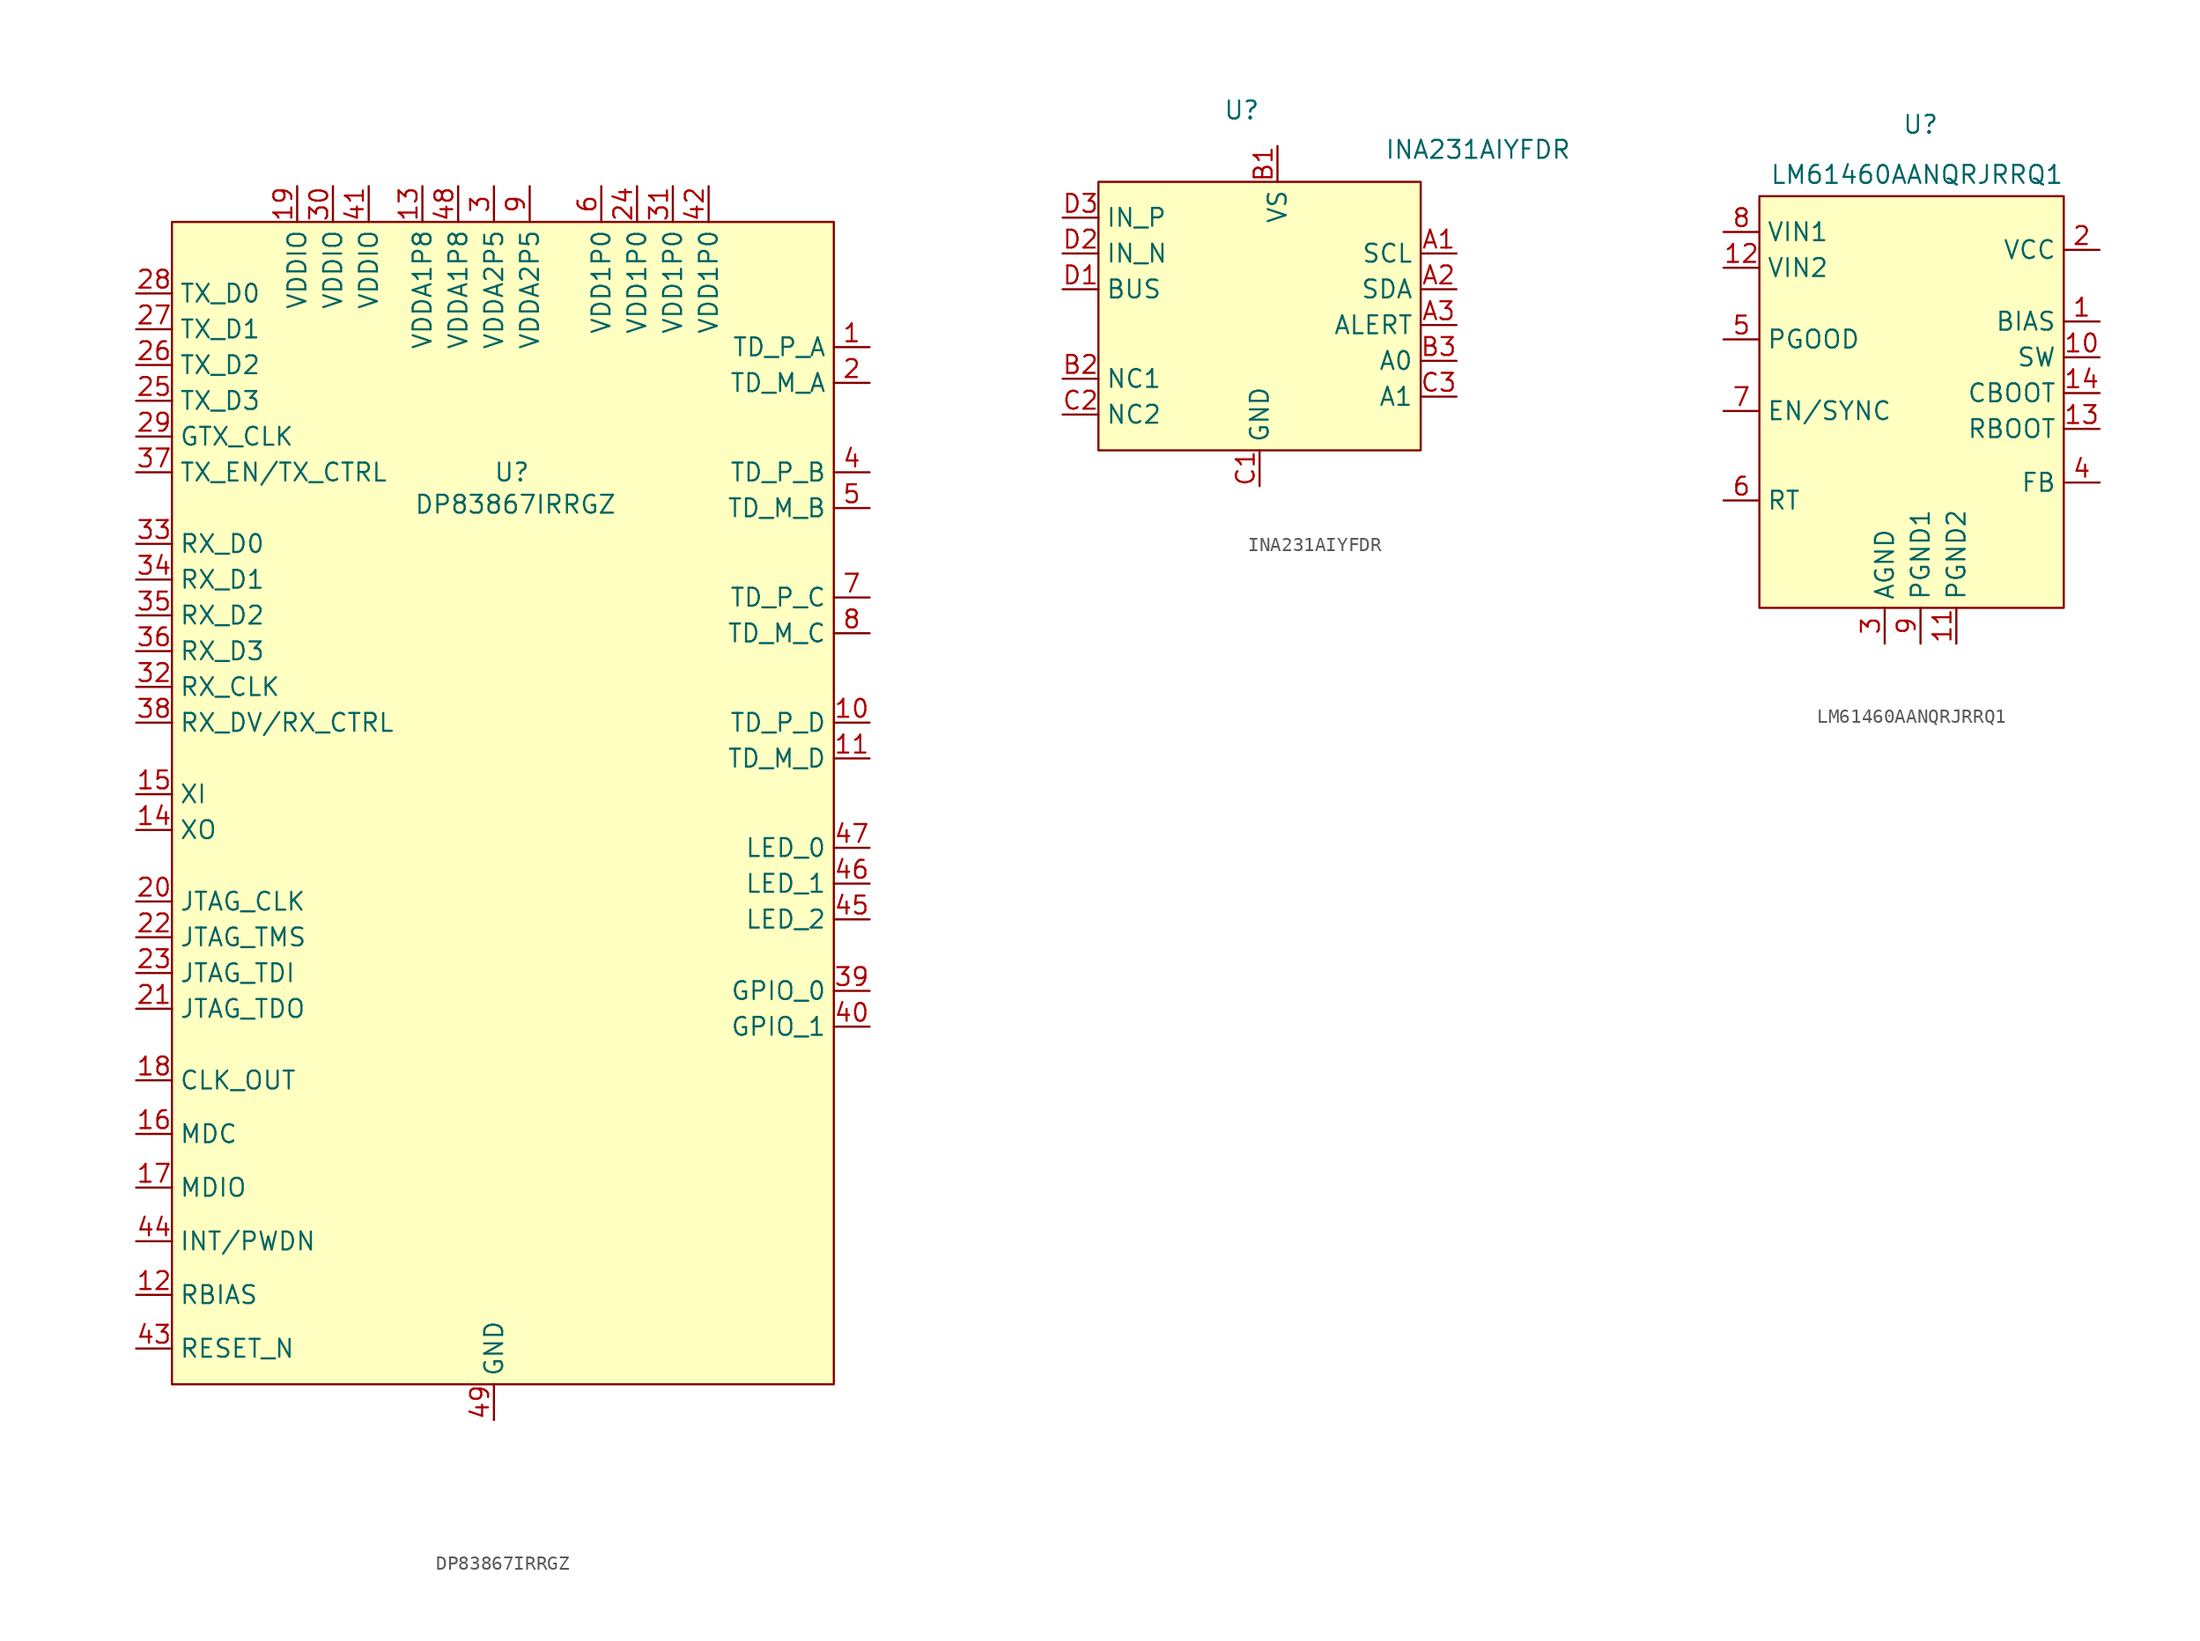
<source format=kicad_sym>
(kicad_symbol_lib
  (version 20241209)
  (generator "kicad_symbol_editor")
  (generator_version "9.0")
  (symbol "DP83867IRRGZ"
    (property "Reference" "U"
      (at 0 0 0)
      (effects (font (size 1.27 1.27))))
    (property "Value" "DP83867IRRGZ"
      (at 0.254 -2.286 0)
      (effects (font (size 1.27 1.27))))
    (symbol "DP83867IRRGZ_0_0"
      (pin passive line (at -26.67 12.7 0) (length 2.54) (name "TX_D0" (effects (font (size 1.27 1.27)))) (number "28" (effects (font (size 1.27 1.27)))))
      (pin passive line (at -26.67 10.16 0) (length 2.54) (name "TX_D1" (effects (font (size 1.27 1.27)))) (number "27" (effects (font (size 1.27 1.27)))))
      (pin passive line (at -26.67 7.62 0) (length 2.54) (name "TX_D2" (effects (font (size 1.27 1.27)))) (number "26" (effects (font (size 1.27 1.27)))))
      (pin passive line (at -26.67 5.08 0) (length 2.54) (name "TX_D3" (effects (font (size 1.27 1.27)))) (number "25" (effects (font (size 1.27 1.27)))))
      (pin passive line (at -26.67 2.54 0) (length 2.54) (name "GTX_CLK" (effects (font (size 1.27 1.27)))) (number "29" (effects (font (size 1.27 1.27)))))
      (pin passive line (at -26.67 0 0) (length 2.54) (name "TX_EN/TX_CTRL" (effects (font (size 1.27 1.27)))) (number "37" (effects (font (size 1.27 1.27)))))
      (pin passive line (at -26.67 -5.08 0) (length 2.54) (name "RX_D0" (effects (font (size 1.27 1.27)))) (number "33" (effects (font (size 1.27 1.27)))))
      (pin passive line (at -26.67 -7.62 0) (length 2.54) (name "RX_D1" (effects (font (size 1.27 1.27)))) (number "34" (effects (font (size 1.27 1.27)))))
      (pin passive line (at -26.67 -10.16 0) (length 2.54) (name "RX_D2" (effects (font (size 1.27 1.27)))) (number "35" (effects (font (size 1.27 1.27)))))
      (pin passive line (at -26.67 -12.7 0) (length 2.54) (name "RX_D3" (effects (font (size 1.27 1.27)))) (number "36" (effects (font (size 1.27 1.27)))))
      (pin passive line (at -26.67 -15.24 0) (length 2.54) (name "RX_CLK" (effects (font (size 1.27 1.27)))) (number "32" (effects (font (size 1.27 1.27)))))
      (pin passive line (at -26.67 -17.78 0) (length 2.54) (name "RX_DV/RX_CTRL" (effects (font (size 1.27 1.27)))) (number "38" (effects (font (size 1.27 1.27)))))
      (pin passive line (at -26.67 -22.86 0) (length 2.54) (name "XI" (effects (font (size 1.27 1.27)))) (number "15" (effects (font (size 1.27 1.27)))))
      (pin passive line (at -26.67 -25.4 0) (length 2.54) (name "XO" (effects (font (size 1.27 1.27)))) (number "14" (effects (font (size 1.27 1.27)))))
      (pin passive line (at -26.67 -30.48 0) (length 2.54) (name "JTAG_CLK" (effects (font (size 1.27 1.27)))) (number "20" (effects (font (size 1.27 1.27)))))
      (pin passive line (at -26.67 -33.02 0) (length 2.54) (name "JTAG_TMS" (effects (font (size 1.27 1.27)))) (number "22" (effects (font (size 1.27 1.27)))))
      (pin passive line (at -26.67 -35.56 0) (length 2.54) (name "JTAG_TDI" (effects (font (size 1.27 1.27)))) (number "23" (effects (font (size 1.27 1.27)))))
      (pin passive line (at -26.67 -38.1 0) (length 2.54) (name "JTAG_TDO" (effects (font (size 1.27 1.27)))) (number "21" (effects (font (size 1.27 1.27)))))
      (pin passive line (at -26.67 -43.18 0) (length 2.54) (name "CLK_OUT" (effects (font (size 1.27 1.27)))) (number "18" (effects (font (size 1.27 1.27)))))
      (pin passive line (at -26.67 -46.99 0) (length 2.54) (name "MDC" (effects (font (size 1.27 1.27)))) (number "16" (effects (font (size 1.27 1.27)))))
      (pin passive line (at -26.67 -50.8 0) (length 2.54) (name "MDIO" (effects (font (size 1.27 1.27)))) (number "17" (effects (font (size 1.27 1.27)))))
      (pin passive line (at -26.67 -54.61 0) (length 2.54) (name "INT/PWDN" (effects (font (size 1.27 1.27)))) (number "44" (effects (font (size 1.27 1.27)))))
      (pin passive line (at -26.67 -58.42 0) (length 2.54) (name "RBIAS" (effects (font (size 1.27 1.27)))) (number "12" (effects (font (size 1.27 1.27)))))
      (pin passive line (at -26.67 -62.23 0) (length 2.54) (name "RESET_N" (effects (font (size 1.27 1.27)))) (number "43" (effects (font (size 1.27 1.27)))))
      (pin passive line (at -15.24 20.32 270) (length 2.54) (name "VDDIO" (effects (font (size 1.27 1.27)))) (number "19" (effects (font (size 1.27 1.27)))))
      (pin passive line (at -12.7 20.32 270) (length 2.54) (name "VDDIO" (effects (font (size 1.27 1.27)))) (number "30" (effects (font (size 1.27 1.27)))))
      (pin passive line (at -10.16 20.32 270) (length 2.54) (name "VDDIO" (effects (font (size 1.27 1.27)))) (number "41" (effects (font (size 1.27 1.27)))))
      (pin passive line (at -6.35 20.32 270) (length 2.54) (name "VDDA1P8" (effects (font (size 1.27 1.27)))) (number "13" (effects (font (size 1.27 1.27)))))
      (pin passive line (at -3.81 20.32 270) (length 2.54) (name "VDDA1P8" (effects (font (size 1.27 1.27)))) (number "48" (effects (font (size 1.27 1.27)))))
      (pin passive line (at -1.27 20.32 270) (length 2.54) (name "VDDA2P5" (effects (font (size 1.27 1.27)))) (number "3" (effects (font (size 1.27 1.27)))))
      (pin passive line (at 1.27 20.32 270) (length 2.54) (name "VDDA2P5" (effects (font (size 1.27 1.27)))) (number "9" (effects (font (size 1.27 1.27)))))
      (pin passive line (at 6.35 20.32 270) (length 2.54) (name "VDD1P0" (effects (font (size 1.27 1.27)))) (number "6" (effects (font (size 1.27 1.27)))))
      (pin passive line (at 8.89 20.32 270) (length 2.54) (name "VDD1P0" (effects (font (size 1.27 1.27)))) (number "24" (effects (font (size 1.27 1.27)))))
      (pin passive line (at 11.43 20.32 270) (length 2.54) (name "VDD1P0" (effects (font (size 1.27 1.27)))) (number "31" (effects (font (size 1.27 1.27)))))
      (pin passive line (at 13.97 20.32 270) (length 2.54) (name "VDD1P0" (effects (font (size 1.27 1.27)))) (number "42" (effects (font (size 1.27 1.27)))))
      (pin passive line (at 25.4 8.89 180) (length 2.54) (name "TD_P_A" (effects (font (size 1.27 1.27)))) (number "1" (effects (font (size 1.27 1.27)))))
      (pin passive line (at 25.4 6.35 180) (length 2.54) (name "TD_M_A" (effects (font (size 1.27 1.27)))) (number "2" (effects (font (size 1.27 1.27)))))
      (pin passive line (at 25.4 0 180) (length 2.54) (name "TD_P_B" (effects (font (size 1.27 1.27)))) (number "4" (effects (font (size 1.27 1.27)))))
      (pin passive line (at 25.4 -2.54 180) (length 2.54) (name "TD_M_B" (effects (font (size 1.27 1.27)))) (number "5" (effects (font (size 1.27 1.27)))))
      (pin passive line (at 25.4 -8.89 180) (length 2.54) (name "TD_P_C" (effects (font (size 1.27 1.27)))) (number "7" (effects (font (size 1.27 1.27)))))
      (pin passive line (at 25.4 -11.43 180) (length 2.54) (name "TD_M_C" (effects (font (size 1.27 1.27)))) (number "8" (effects (font (size 1.27 1.27)))))
      (pin passive line (at 25.4 -17.78 180) (length 2.54) (name "TD_P_D" (effects (font (size 1.27 1.27)))) (number "10" (effects (font (size 1.27 1.27)))))
      (pin passive line (at 25.4 -20.32 180) (length 2.54) (name "TD_M_D" (effects (font (size 1.27 1.27)))) (number "11" (effects (font (size 1.27 1.27)))))
      (pin passive line (at 25.4 -26.67 180) (length 2.54) (name "LED_0" (effects (font (size 1.27 1.27)))) (number "47" (effects (font (size 1.27 1.27)))))
      (pin passive line (at 25.4 -29.21 180) (length 2.54) (name "LED_1" (effects (font (size 1.27 1.27)))) (number "46" (effects (font (size 1.27 1.27)))))
      (pin passive line (at 25.4 -31.75 180) (length 2.54) (name "LED_2" (effects (font (size 1.27 1.27)))) (number "45" (effects (font (size 1.27 1.27)))))
      (pin passive line (at 25.4 -36.83 180) (length 2.54) (name "GPIO_0" (effects (font (size 1.27 1.27)))) (number "39" (effects (font (size 1.27 1.27)))))
      (pin passive line (at 25.4 -39.37 180) (length 2.54) (name "GPIO_1" (effects (font (size 1.27 1.27)))) (number "40" (effects (font (size 1.27 1.27))))))
    (symbol "DP83867IRRGZ_1_1"
      (rectangle (start -24.13 17.78) (end 22.86 -64.77) (stroke (width 0) (type solid)) (fill (type background)))
      (pin input line (at -1.27 -67.31 90) (length 2.54) (name "GND" (effects (font (size 1.27 1.27)))) (number "49" (effects (font (size 1.27 1.27)))))))
  (symbol "INA231AIYFDR"
    (property "Reference" "U"
      (at 0 0 0)
      (effects (font (size 1.27 1.27))))
    (property "Value" "INA231AIYFDR"
      (at 16.764 -2.794 0)
      (effects (font (size 1.27 1.27))))
    (symbol "INA231AIYFDR_0_0"
      (pin passive line (at -12.7 -7.62 0) (length 2.54) (name "IN_P" (effects (font (size 1.27 1.27)))) (number "D3" (effects (font (size 1.27 1.27)))))
      (pin passive line (at -12.7 -10.16 0) (length 2.54) (name "IN_N" (effects (font (size 1.27 1.27)))) (number "D2" (effects (font (size 1.27 1.27)))))
      (pin passive line (at -12.7 -12.7 0) (length 2.54) (name "BUS" (effects (font (size 1.27 1.27)))) (number "D1" (effects (font (size 1.27 1.27)))))
      (pin passive line (at -12.7 -19.05 0) (length 2.54) (name "NC1" (effects (font (size 1.27 1.27)))) (number "B2" (effects (font (size 1.27 1.27)))))
      (pin passive line (at -12.7 -21.59 0) (length 2.54) (name "NC2" (effects (font (size 1.27 1.27)))) (number "C2" (effects (font (size 1.27 1.27)))))
      (pin passive line (at 1.27 -26.67 90) (length 2.54) (name "GND" (effects (font (size 1.27 1.27)))) (number "C1" (effects (font (size 1.27 1.27)))))
      (pin passive line (at 2.54 -2.54 270) (length 2.54) (name "VS" (effects (font (size 1.27 1.27)))) (number "B1" (effects (font (size 1.27 1.27)))))
      (pin passive line (at 15.24 -10.16 180) (length 2.54) (name "SCL" (effects (font (size 1.27 1.27)))) (number "A1" (effects (font (size 1.27 1.27)))))
      (pin passive line (at 15.24 -12.7 180) (length 2.54) (name "SDA" (effects (font (size 1.27 1.27)))) (number "A2" (effects (font (size 1.27 1.27)))))
      (pin passive line (at 15.24 -15.24 180) (length 2.54) (name "ALERT" (effects (font (size 1.27 1.27)))) (number "A3" (effects (font (size 1.27 1.27)))))
      (pin passive line (at 15.24 -17.78 180) (length 2.54) (name "A0" (effects (font (size 1.27 1.27)))) (number "B3" (effects (font (size 1.27 1.27)))))
      (pin passive line (at 15.24 -20.32 180) (length 2.54) (name "A1" (effects (font (size 1.27 1.27)))) (number "C3" (effects (font (size 1.27 1.27))))))
    (symbol "INA231AIYFDR_1_1"
      (rectangle (start -10.16 -5.08) (end 12.7 -24.13) (stroke (width 0) (type solid)) (fill (type background)))))
  (symbol "LM61460AANQRJRRQ1"
    (property "Reference" "U"
      (at 0 0 0)
      (effects (font (size 1.27 1.27))))
    (property "Value" "LM61460AANQRJRRQ1"
      (at -0.254 -3.556 0)
      (effects (font (size 1.27 1.27))))
    (symbol "LM61460AANQRJRRQ1_0_0"
      (pin passive line (at -13.97 -7.62 0) (length 2.54) (name "VIN1" (effects (font (size 1.27 1.27)))) (number "8" (effects (font (size 1.27 1.27)))))
      (pin passive line (at -13.97 -10.16 0) (length 2.54) (name "VIN2" (effects (font (size 1.27 1.27)))) (number "12" (effects (font (size 1.27 1.27)))))
      (pin passive line (at -13.97 -15.24 0) (length 2.54) (name "PGOOD" (effects (font (size 1.27 1.27)))) (number "5" (effects (font (size 1.27 1.27)))))
      (pin passive line (at -13.97 -20.32 0) (length 2.54) (name "EN/SYNC" (effects (font (size 1.27 1.27)))) (number "7" (effects (font (size 1.27 1.27)))))
      (pin passive line (at -13.97 -26.67 0) (length 2.54) (name "RT" (effects (font (size 1.27 1.27)))) (number "6" (effects (font (size 1.27 1.27)))))
      (pin passive line (at -2.54 -36.83 90) (length 2.54) (name "AGND" (effects (font (size 1.27 1.27)))) (number "3" (effects (font (size 1.27 1.27)))))
      (pin passive line (at 0 -36.83 90) (length 2.54) (name "PGND1" (effects (font (size 1.27 1.27)))) (number "9" (effects (font (size 1.27 1.27)))))
      (pin passive line (at 2.54 -36.83 90) (length 2.54) (name "PGND2" (effects (font (size 1.27 1.27)))) (number "11" (effects (font (size 1.27 1.27)))))
      (pin passive line (at 12.7 -13.97 180) (length 2.54) (name "BIAS" (effects (font (size 1.27 1.27)))) (number "1" (effects (font (size 1.27 1.27)))))
      (pin passive line (at 12.7 -16.51 180) (length 2.54) (name "SW" (effects (font (size 1.27 1.27)))) (number "10" (effects (font (size 1.27 1.27)))))
      (pin passive line (at 12.7 -19.05 180) (length 2.54) (name "CBOOT" (effects (font (size 1.27 1.27)))) (number "14" (effects (font (size 1.27 1.27)))))
      (pin passive line (at 12.7 -21.59 180) (length 2.54) (name "RBOOT" (effects (font (size 1.27 1.27)))) (number "13" (effects (font (size 1.27 1.27)))))
      (pin passive line (at 12.7 -25.4 180) (length 2.54) (name "FB" (effects (font (size 1.27 1.27)))) (number "4" (effects (font (size 1.27 1.27))))))
    (symbol "LM61460AANQRJRRQ1_1_0"
      (pin passive line (at 12.7 -8.89 180) (length 2.54) (name "VCC" (effects (font (size 1.27 1.27)))) (number "2" (effects (font (size 1.27 1.27))))))
    (symbol "LM61460AANQRJRRQ1_1_1"
      (rectangle (start -11.43 -5.08) (end 10.16 -34.29) (stroke (width 0) (type solid)) (fill (type background))))))
</source>
